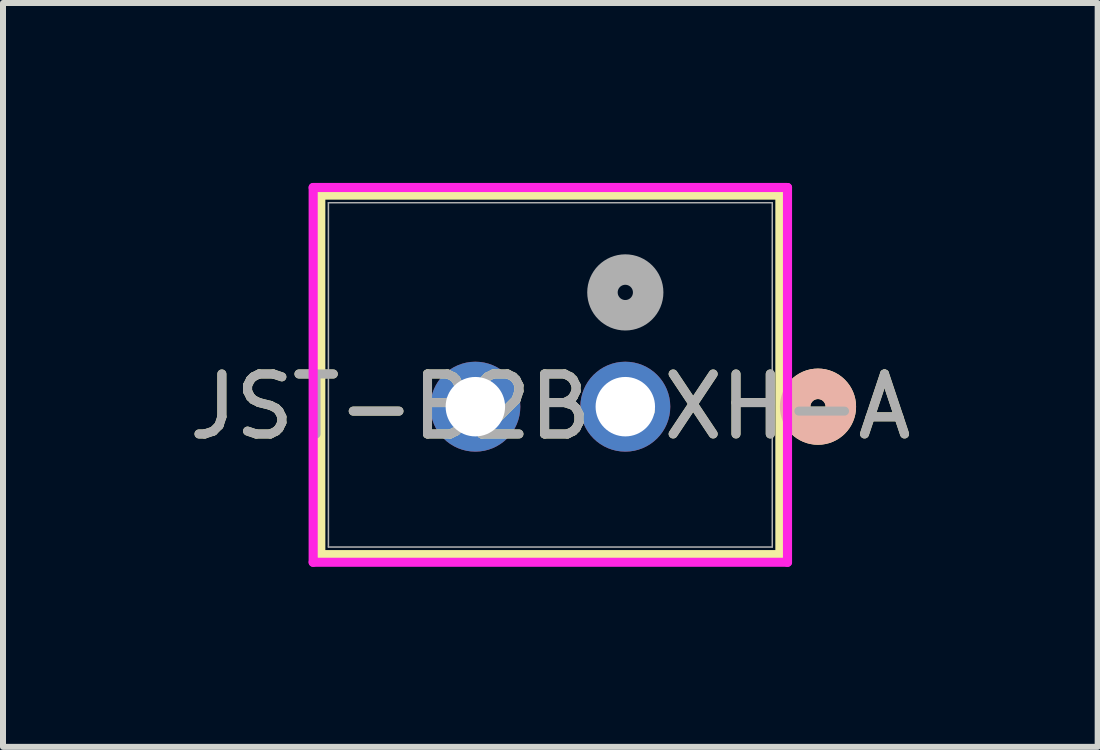
<source format=kicad_pcb>
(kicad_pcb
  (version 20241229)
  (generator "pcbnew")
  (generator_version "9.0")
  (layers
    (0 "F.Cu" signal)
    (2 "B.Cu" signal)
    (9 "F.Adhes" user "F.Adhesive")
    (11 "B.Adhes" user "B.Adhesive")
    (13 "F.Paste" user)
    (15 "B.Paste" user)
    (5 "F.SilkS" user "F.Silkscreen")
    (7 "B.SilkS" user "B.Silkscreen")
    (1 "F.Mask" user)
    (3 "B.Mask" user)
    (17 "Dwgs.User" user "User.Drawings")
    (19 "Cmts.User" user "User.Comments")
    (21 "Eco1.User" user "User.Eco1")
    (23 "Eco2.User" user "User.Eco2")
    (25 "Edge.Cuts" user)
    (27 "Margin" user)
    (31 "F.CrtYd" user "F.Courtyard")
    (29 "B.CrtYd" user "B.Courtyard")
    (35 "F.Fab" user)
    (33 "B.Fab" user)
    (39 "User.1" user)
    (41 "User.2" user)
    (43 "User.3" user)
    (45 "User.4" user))
  (footprint "JST-B2B-XH-A"
    (layer "F.Cu")
    (at 7.375 3.73)
    (property "Reference" "JST-B2B-XH-A" (at -1.25 0 0) (unlocked yes) (layer "F.SilkS") (effects (font (size 1 1) (thickness 0.15))))
    (attr through_hole)
    (fp_line (start -5.077 -3.527) (end -5.077 2.467) (stroke (width 0.152) (type solid)) (layer "F.SilkS"))
    (fp_line (start -5.077 2.467) (end 2.577 2.467) (stroke (width 0.152) (type solid)) (layer "F.SilkS"))
    (fp_line (start 2.577 -3.527) (end -5.077 -3.527) (stroke (width 0.152) (type solid)) (layer "F.SilkS"))
    (fp_line (start 2.577 2.467) (end 2.577 -3.527) (stroke (width 0.152) (type solid)) (layer "F.SilkS"))
    (fp_circle (center 3.212 0) (end 3.593 0) (stroke (width 0.508) (type solid)) (fill no) (layer "F.SilkS"))
    (fp_circle (center 3.212 0) (end 3.593 0) (stroke (width 0.508) (type solid)) (fill no) (layer "B.SilkS"))
    (fp_line (start -5.204 -3.654) (end -5.204 2.594) (stroke (width 0.152) (type solid)) (layer "F.CrtYd"))
    (fp_line (start -5.204 2.594) (end 2.704 2.594) (stroke (width 0.152) (type solid)) (layer "F.CrtYd"))
    (fp_line (start 2.704 -3.654) (end -5.204 -3.654) (stroke (width 0.152) (type solid)) (layer "F.CrtYd"))
    (fp_line (start 2.704 2.594) (end 2.704 -3.654) (stroke (width 0.152) (type solid)) (layer "F.CrtYd"))
    (fp_line (start -4.95 -3.4) (end -4.95 2.34) (stroke (width 0.025) (type solid)) (layer "F.Fab"))
    (fp_line (start -4.95 2.34) (end 2.45 2.34) (stroke (width 0.025) (type solid)) (layer "F.Fab"))
    (fp_line (start 2.45 -3.4) (end -4.95 -3.4) (stroke (width 0.025) (type solid)) (layer "F.Fab"))
    (fp_line (start 2.45 2.34) (end 2.45 -3.4) (stroke (width 0.025) (type solid)) (layer "F.Fab"))
    (fp_circle (center 0 -1.905) (end 0.381 -1.905) (stroke (width 0.508) (type solid)) (fill no) (layer "F.Fab"))
    (fp_text user "${REFERENCE}" (at -1.25 0 0) (unlocked yes) (layer "F.Fab") (effects (font (size 1 1) (thickness 0.15))))
    (pad "1" thru_hole circle (at 0 0) (size 1.499 1.499) (drill 0.991) (layers "*.Cu" "*.Mask"))
    (pad "2" thru_hole circle (at -2.5 0) (size 1.499 1.499) (drill 0.991) (layers "*.Cu" "*.Mask")))
  (gr_rect
    (start -3 -3)
    (end 15.25 9.401)
    (stroke (width 0.1) (type default))
    (fill no)
    (layer "Edge.Cuts")))
</source>
